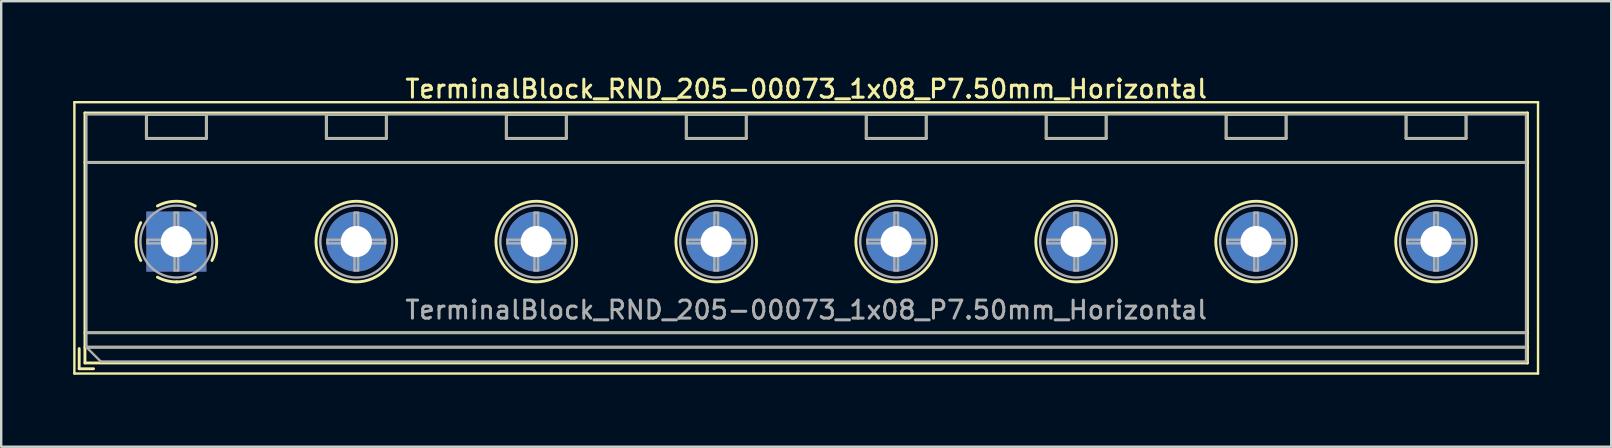
<source format=kicad_pcb>
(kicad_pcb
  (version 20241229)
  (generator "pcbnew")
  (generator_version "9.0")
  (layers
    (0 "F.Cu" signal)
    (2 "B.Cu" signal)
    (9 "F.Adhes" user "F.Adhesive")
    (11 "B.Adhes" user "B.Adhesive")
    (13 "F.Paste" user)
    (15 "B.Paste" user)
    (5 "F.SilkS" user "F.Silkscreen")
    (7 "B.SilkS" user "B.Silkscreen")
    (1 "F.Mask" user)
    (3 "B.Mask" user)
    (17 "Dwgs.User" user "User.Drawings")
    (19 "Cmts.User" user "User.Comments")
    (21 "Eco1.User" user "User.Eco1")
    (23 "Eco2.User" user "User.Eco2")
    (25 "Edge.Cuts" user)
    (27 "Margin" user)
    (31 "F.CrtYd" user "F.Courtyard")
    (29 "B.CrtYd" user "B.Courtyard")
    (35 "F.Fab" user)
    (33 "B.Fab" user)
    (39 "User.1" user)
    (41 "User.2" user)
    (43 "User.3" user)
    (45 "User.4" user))
  (footprint "TerminalBlock_RND_205-00073_1x08_P7.50mm_Horizontal"
    (layer "F.Cu")
    (at 4.3 7.018)
    (property "Reference" "TerminalBlock_RND_205-00073_1x08_P7.50mm_Horizontal" (at 26.25 -6.36 0) (layer "F.SilkS") (effects (font (size 0.75 0.75) (thickness 0.125))))
    (attr through_hole)
    (fp_line (start -4.25 -5.81) (end -4.25 5.5) (stroke (width 0.1) (type solid)) (layer "F.SilkS"))
    (fp_line (start -4.25 5.5) (end 56.75 5.5) (stroke (width 0.1) (type solid)) (layer "F.SilkS"))
    (fp_line (start -4.05 4.46) (end -4.05 5.3) (stroke (width 0.12) (type solid)) (layer "F.SilkS"))
    (fp_line (start -4.05 5.3) (end -3.45 5.3) (stroke (width 0.12) (type solid)) (layer "F.SilkS"))
    (fp_line (start -3.81 -5.36) (end -3.81 5.06) (stroke (width 0.12) (type solid)) (layer "F.SilkS"))
    (fp_line (start -3.81 -5.36) (end 56.31 -5.36) (stroke (width 0.12) (type solid)) (layer "F.SilkS"))
    (fp_line (start -3.81 -3.301) (end 56.31 -3.301) (stroke (width 0.12) (type solid)) (layer "F.SilkS"))
    (fp_line (start -3.81 3.8) (end 56.31 3.8) (stroke (width 0.12) (type solid)) (layer "F.SilkS"))
    (fp_line (start -3.81 4.4) (end 56.31 4.4) (stroke (width 0.12) (type solid)) (layer "F.SilkS"))
    (fp_line (start -3.81 5.06) (end 56.31 5.06) (stroke (width 0.12) (type solid)) (layer "F.SilkS"))
    (fp_line (start -1.25 -5.301) (end -1.25 -4.301) (stroke (width 0.12) (type solid)) (layer "F.SilkS"))
    (fp_line (start -1.25 -5.301) (end 1.25 -5.301) (stroke (width 0.12) (type solid)) (layer "F.SilkS"))
    (fp_line (start -1.25 -4.301) (end 1.25 -4.301) (stroke (width 0.12) (type solid)) (layer "F.SilkS"))
    (fp_line (start 1.25 -5.301) (end 1.25 -4.301) (stroke (width 0.12) (type solid)) (layer "F.SilkS"))
    (fp_line (start 6.25 -5.301) (end 6.25 -4.301) (stroke (width 0.12) (type solid)) (layer "F.SilkS"))
    (fp_line (start 6.25 -5.301) (end 8.75 -5.301) (stroke (width 0.12) (type solid)) (layer "F.SilkS"))
    (fp_line (start 6.25 -4.301) (end 8.75 -4.301) (stroke (width 0.12) (type solid)) (layer "F.SilkS"))
    (fp_line (start 8.75 -5.301) (end 8.75 -4.301) (stroke (width 0.12) (type solid)) (layer "F.SilkS"))
    (fp_line (start 13.75 -5.301) (end 13.75 -4.301) (stroke (width 0.12) (type solid)) (layer "F.SilkS"))
    (fp_line (start 13.75 -5.301) (end 16.25 -5.301) (stroke (width 0.12) (type solid)) (layer "F.SilkS"))
    (fp_line (start 13.75 -4.301) (end 16.25 -4.301) (stroke (width 0.12) (type solid)) (layer "F.SilkS"))
    (fp_line (start 16.25 -5.301) (end 16.25 -4.301) (stroke (width 0.12) (type solid)) (layer "F.SilkS"))
    (fp_line (start 21.25 -5.301) (end 21.25 -4.301) (stroke (width 0.12) (type solid)) (layer "F.SilkS"))
    (fp_line (start 21.25 -5.301) (end 23.75 -5.301) (stroke (width 0.12) (type solid)) (layer "F.SilkS"))
    (fp_line (start 21.25 -4.301) (end 23.75 -4.301) (stroke (width 0.12) (type solid)) (layer "F.SilkS"))
    (fp_line (start 23.75 -5.301) (end 23.75 -4.301) (stroke (width 0.12) (type solid)) (layer "F.SilkS"))
    (fp_line (start 28.75 -5.301) (end 28.75 -4.301) (stroke (width 0.12) (type solid)) (layer "F.SilkS"))
    (fp_line (start 28.75 -5.301) (end 31.25 -5.301) (stroke (width 0.12) (type solid)) (layer "F.SilkS"))
    (fp_line (start 28.75 -4.301) (end 31.25 -4.301) (stroke (width 0.12) (type solid)) (layer "F.SilkS"))
    (fp_line (start 31.25 -5.301) (end 31.25 -4.301) (stroke (width 0.12) (type solid)) (layer "F.SilkS"))
    (fp_line (start 36.25 -5.301) (end 36.25 -4.301) (stroke (width 0.12) (type solid)) (layer "F.SilkS"))
    (fp_line (start 36.25 -5.301) (end 38.75 -5.301) (stroke (width 0.12) (type solid)) (layer "F.SilkS"))
    (fp_line (start 36.25 -4.301) (end 38.75 -4.301) (stroke (width 0.12) (type solid)) (layer "F.SilkS"))
    (fp_line (start 38.75 -5.301) (end 38.75 -4.301) (stroke (width 0.12) (type solid)) (layer "F.SilkS"))
    (fp_line (start 43.75 -5.301) (end 43.75 -4.301) (stroke (width 0.12) (type solid)) (layer "F.SilkS"))
    (fp_line (start 43.75 -5.301) (end 46.25 -5.301) (stroke (width 0.12) (type solid)) (layer "F.SilkS"))
    (fp_line (start 43.75 -4.301) (end 46.25 -4.301) (stroke (width 0.12) (type solid)) (layer "F.SilkS"))
    (fp_line (start 46.25 -5.301) (end 46.25 -4.301) (stroke (width 0.12) (type solid)) (layer "F.SilkS"))
    (fp_line (start 51.25 -5.301) (end 51.25 -4.301) (stroke (width 0.12) (type solid)) (layer "F.SilkS"))
    (fp_line (start 51.25 -5.301) (end 53.75 -5.301) (stroke (width 0.12) (type solid)) (layer "F.SilkS"))
    (fp_line (start 51.25 -4.301) (end 53.75 -4.301) (stroke (width 0.12) (type solid)) (layer "F.SilkS"))
    (fp_line (start 53.75 -5.301) (end 53.75 -4.301) (stroke (width 0.12) (type solid)) (layer "F.SilkS"))
    (fp_line (start 56.31 -5.36) (end 56.31 5.06) (stroke (width 0.12) (type solid)) (layer "F.SilkS"))
    (fp_line (start 56.75 -5.81) (end -4.25 -5.81) (stroke (width 0.1) (type solid)) (layer "F.SilkS"))
    (fp_line (start 56.75 5.5) (end 56.75 -5.81) (stroke (width 0.1) (type solid)) (layer "F.SilkS"))
    (fp_arc (start -1.483953 0.789089) (mid -1.680708 0.00005) (end -1.484 -0.789) (stroke (width 0.12) (type solid)) (layer "F.SilkS"))
    (fp_arc (start -0.789089 -1.483953) (mid -0.00005 -1.680708) (end 0.789 -1.484) (stroke (width 0.12) (type solid)) (layer "F.SilkS"))
    (fp_arc (start 0.029383 1.68045) (mid -0.392304 1.634281) (end -0.789 1.484) (stroke (width 0.12) (type solid)) (layer "F.SilkS"))
    (fp_arc (start 0.788712 1.483352) (mid 0.406429 1.630097) (end 0 1.68) (stroke (width 0.12) (type solid)) (layer "F.SilkS"))
    (fp_arc (start 1.483953 -0.789089) (mid 1.680708 -0.00005) (end 1.484 0.789) (stroke (width 0.12) (type solid)) (layer "F.SilkS"))
    (fp_circle (center 7.5 0) (end 9.18 0) (stroke (width 0.12) (type solid)) (fill no) (layer "F.SilkS"))
    (fp_circle (center 15 0) (end 16.68 0) (stroke (width 0.12) (type solid)) (fill no) (layer "F.SilkS"))
    (fp_circle (center 22.5 0) (end 24.18 0) (stroke (width 0.12) (type solid)) (fill no) (layer "F.SilkS"))
    (fp_circle (center 30 0) (end 31.68 0) (stroke (width 0.12) (type solid)) (fill no) (layer "F.SilkS"))
    (fp_circle (center 37.5 0) (end 39.18 0) (stroke (width 0.12) (type solid)) (fill no) (layer "F.SilkS"))
    (fp_circle (center 45 0) (end 46.68 0) (stroke (width 0.12) (type solid)) (fill no) (layer "F.SilkS"))
    (fp_circle (center 52.5 0) (end 54.18 0) (stroke (width 0.12) (type solid)) (fill no) (layer "F.SilkS"))
    (fp_line (start -3.75 -5.3) (end 56.25 -5.3) (stroke (width 0.1) (type solid)) (layer "F.Fab"))
    (fp_line (start -3.75 -3.3) (end 56.25 -3.3) (stroke (width 0.1) (type solid)) (layer "F.Fab"))
    (fp_line (start -3.75 3.8) (end 56.25 3.8) (stroke (width 0.1) (type solid)) (layer "F.Fab"))
    (fp_line (start -3.75 4.4) (end -3.75 -5.3) (stroke (width 0.1) (type solid)) (layer "F.Fab"))
    (fp_line (start -3.75 4.4) (end 56.25 4.4) (stroke (width 0.1) (type solid)) (layer "F.Fab"))
    (fp_line (start -3.15 5) (end -3.75 4.4) (stroke (width 0.1) (type solid)) (layer "F.Fab"))
    (fp_line (start -1.25 -5.3) (end -1.25 -4.3) (stroke (width 0.1) (type solid)) (layer "F.Fab"))
    (fp_line (start -1.25 -4.3) (end 1.25 -4.3) (stroke (width 0.1) (type solid)) (layer "F.Fab"))
    (fp_line (start -1.201 -0.076) (end -0.076 -0.076) (stroke (width 0.1) (type solid)) (layer "F.Fab"))
    (fp_line (start -1.201 0.076) (end -1.201 -0.076) (stroke (width 0.1) (type solid)) (layer "F.Fab"))
    (fp_line (start -0.076 -1.201) (end 0.076 -1.201) (stroke (width 0.1) (type solid)) (layer "F.Fab"))
    (fp_line (start -0.076 -0.076) (end -0.076 -1.201) (stroke (width 0.1) (type solid)) (layer "F.Fab"))
    (fp_line (start -0.076 0.076) (end -1.201 0.076) (stroke (width 0.1) (type solid)) (layer "F.Fab"))
    (fp_line (start -0.076 1.201) (end -0.076 0.076) (stroke (width 0.1) (type solid)) (layer "F.Fab"))
    (fp_line (start 0.076 -1.201) (end 0.076 -0.076) (stroke (width 0.1) (type solid)) (layer "F.Fab"))
    (fp_line (start 0.076 -0.076) (end 1.201 -0.076) (stroke (width 0.1) (type solid)) (layer "F.Fab"))
    (fp_line (start 0.076 0.076) (end 0.076 1.201) (stroke (width 0.1) (type solid)) (layer "F.Fab"))
    (fp_line (start 0.076 1.201) (end -0.076 1.201) (stroke (width 0.1) (type solid)) (layer "F.Fab"))
    (fp_line (start 1.201 -0.076) (end 1.201 0.076) (stroke (width 0.1) (type solid)) (layer "F.Fab"))
    (fp_line (start 1.201 0.076) (end 0.076 0.076) (stroke (width 0.1) (type solid)) (layer "F.Fab"))
    (fp_line (start 1.25 -5.3) (end -1.25 -5.3) (stroke (width 0.1) (type solid)) (layer "F.Fab"))
    (fp_line (start 1.25 -4.3) (end 1.25 -5.3) (stroke (width 0.1) (type solid)) (layer "F.Fab"))
    (fp_line (start 6.25 -5.3) (end 6.25 -4.3) (stroke (width 0.1) (type solid)) (layer "F.Fab"))
    (fp_line (start 6.25 -4.3) (end 8.75 -4.3) (stroke (width 0.1) (type solid)) (layer "F.Fab"))
    (fp_line (start 6.299 -0.076) (end 7.424 -0.076) (stroke (width 0.1) (type solid)) (layer "F.Fab"))
    (fp_line (start 6.299 0.076) (end 6.299 -0.076) (stroke (width 0.1) (type solid)) (layer "F.Fab"))
    (fp_line (start 7.424 -1.201) (end 7.576 -1.201) (stroke (width 0.1) (type solid)) (layer "F.Fab"))
    (fp_line (start 7.424 -0.076) (end 7.424 -1.201) (stroke (width 0.1) (type solid)) (layer "F.Fab"))
    (fp_line (start 7.424 0.076) (end 6.299 0.076) (stroke (width 0.1) (type solid)) (layer "F.Fab"))
    (fp_line (start 7.424 1.201) (end 7.424 0.076) (stroke (width 0.1) (type solid)) (layer "F.Fab"))
    (fp_line (start 7.576 -1.201) (end 7.576 -0.076) (stroke (width 0.1) (type solid)) (layer "F.Fab"))
    (fp_line (start 7.576 -0.076) (end 8.701 -0.076) (stroke (width 0.1) (type solid)) (layer "F.Fab"))
    (fp_line (start 7.576 0.076) (end 7.576 1.201) (stroke (width 0.1) (type solid)) (layer "F.Fab"))
    (fp_line (start 7.576 1.201) (end 7.424 1.201) (stroke (width 0.1) (type solid)) (layer "F.Fab"))
    (fp_line (start 8.701 -0.076) (end 8.701 0.076) (stroke (width 0.1) (type solid)) (layer "F.Fab"))
    (fp_line (start 8.701 0.076) (end 7.576 0.076) (stroke (width 0.1) (type solid)) (layer "F.Fab"))
    (fp_line (start 8.75 -5.3) (end 6.25 -5.3) (stroke (width 0.1) (type solid)) (layer "F.Fab"))
    (fp_line (start 8.75 -4.3) (end 8.75 -5.3) (stroke (width 0.1) (type solid)) (layer "F.Fab"))
    (fp_line (start 13.75 -5.3) (end 13.75 -4.3) (stroke (width 0.1) (type solid)) (layer "F.Fab"))
    (fp_line (start 13.75 -4.3) (end 16.25 -4.3) (stroke (width 0.1) (type solid)) (layer "F.Fab"))
    (fp_line (start 13.799 -0.076) (end 14.924 -0.076) (stroke (width 0.1) (type solid)) (layer "F.Fab"))
    (fp_line (start 13.799 0.076) (end 13.799 -0.076) (stroke (width 0.1) (type solid)) (layer "F.Fab"))
    (fp_line (start 14.924 -1.201) (end 15.076 -1.201) (stroke (width 0.1) (type solid)) (layer "F.Fab"))
    (fp_line (start 14.924 -0.076) (end 14.924 -1.201) (stroke (width 0.1) (type solid)) (layer "F.Fab"))
    (fp_line (start 14.924 0.076) (end 13.799 0.076) (stroke (width 0.1) (type solid)) (layer "F.Fab"))
    (fp_line (start 14.924 1.201) (end 14.924 0.076) (stroke (width 0.1) (type solid)) (layer "F.Fab"))
    (fp_line (start 15.076 -1.201) (end 15.076 -0.076) (stroke (width 0.1) (type solid)) (layer "F.Fab"))
    (fp_line (start 15.076 -0.076) (end 16.201 -0.076) (stroke (width 0.1) (type solid)) (layer "F.Fab"))
    (fp_line (start 15.076 0.076) (end 15.076 1.201) (stroke (width 0.1) (type solid)) (layer "F.Fab"))
    (fp_line (start 15.076 1.201) (end 14.924 1.201) (stroke (width 0.1) (type solid)) (layer "F.Fab"))
    (fp_line (start 16.201 -0.076) (end 16.201 0.076) (stroke (width 0.1) (type solid)) (layer "F.Fab"))
    (fp_line (start 16.201 0.076) (end 15.076 0.076) (stroke (width 0.1) (type solid)) (layer "F.Fab"))
    (fp_line (start 16.25 -5.3) (end 13.75 -5.3) (stroke (width 0.1) (type solid)) (layer "F.Fab"))
    (fp_line (start 16.25 -4.3) (end 16.25 -5.3) (stroke (width 0.1) (type solid)) (layer "F.Fab"))
    (fp_line (start 21.25 -5.3) (end 21.25 -4.3) (stroke (width 0.1) (type solid)) (layer "F.Fab"))
    (fp_line (start 21.25 -4.3) (end 23.75 -4.3) (stroke (width 0.1) (type solid)) (layer "F.Fab"))
    (fp_line (start 21.299 -0.076) (end 22.424 -0.076) (stroke (width 0.1) (type solid)) (layer "F.Fab"))
    (fp_line (start 21.299 0.076) (end 21.299 -0.076) (stroke (width 0.1) (type solid)) (layer "F.Fab"))
    (fp_line (start 22.424 -1.201) (end 22.576 -1.201) (stroke (width 0.1) (type solid)) (layer "F.Fab"))
    (fp_line (start 22.424 -0.076) (end 22.424 -1.201) (stroke (width 0.1) (type solid)) (layer "F.Fab"))
    (fp_line (start 22.424 0.076) (end 21.299 0.076) (stroke (width 0.1) (type solid)) (layer "F.Fab"))
    (fp_line (start 22.424 1.201) (end 22.424 0.076) (stroke (width 0.1) (type solid)) (layer "F.Fab"))
    (fp_line (start 22.576 -1.201) (end 22.576 -0.076) (stroke (width 0.1) (type solid)) (layer "F.Fab"))
    (fp_line (start 22.576 -0.076) (end 23.701 -0.076) (stroke (width 0.1) (type solid)) (layer "F.Fab"))
    (fp_line (start 22.576 0.076) (end 22.576 1.201) (stroke (width 0.1) (type solid)) (layer "F.Fab"))
    (fp_line (start 22.576 1.201) (end 22.424 1.201) (stroke (width 0.1) (type solid)) (layer "F.Fab"))
    (fp_line (start 23.701 -0.076) (end 23.701 0.076) (stroke (width 0.1) (type solid)) (layer "F.Fab"))
    (fp_line (start 23.701 0.076) (end 22.576 0.076) (stroke (width 0.1) (type solid)) (layer "F.Fab"))
    (fp_line (start 23.75 -5.3) (end 21.25 -5.3) (stroke (width 0.1) (type solid)) (layer "F.Fab"))
    (fp_line (start 23.75 -4.3) (end 23.75 -5.3) (stroke (width 0.1) (type solid)) (layer "F.Fab"))
    (fp_line (start 28.75 -5.3) (end 28.75 -4.3) (stroke (width 0.1) (type solid)) (layer "F.Fab"))
    (fp_line (start 28.75 -4.3) (end 31.25 -4.3) (stroke (width 0.1) (type solid)) (layer "F.Fab"))
    (fp_line (start 28.799 -0.076) (end 29.924 -0.076) (stroke (width 0.1) (type solid)) (layer "F.Fab"))
    (fp_line (start 28.799 0.076) (end 28.799 -0.076) (stroke (width 0.1) (type solid)) (layer "F.Fab"))
    (fp_line (start 29.924 -1.201) (end 30.076 -1.201) (stroke (width 0.1) (type solid)) (layer "F.Fab"))
    (fp_line (start 29.924 -0.076) (end 29.924 -1.201) (stroke (width 0.1) (type solid)) (layer "F.Fab"))
    (fp_line (start 29.924 0.076) (end 28.799 0.076) (stroke (width 0.1) (type solid)) (layer "F.Fab"))
    (fp_line (start 29.924 1.201) (end 29.924 0.076) (stroke (width 0.1) (type solid)) (layer "F.Fab"))
    (fp_line (start 30.076 -1.201) (end 30.076 -0.076) (stroke (width 0.1) (type solid)) (layer "F.Fab"))
    (fp_line (start 30.076 -0.076) (end 31.201 -0.076) (stroke (width 0.1) (type solid)) (layer "F.Fab"))
    (fp_line (start 30.076 0.076) (end 30.076 1.201) (stroke (width 0.1) (type solid)) (layer "F.Fab"))
    (fp_line (start 30.076 1.201) (end 29.924 1.201) (stroke (width 0.1) (type solid)) (layer "F.Fab"))
    (fp_line (start 31.201 -0.076) (end 31.201 0.076) (stroke (width 0.1) (type solid)) (layer "F.Fab"))
    (fp_line (start 31.201 0.076) (end 30.076 0.076) (stroke (width 0.1) (type solid)) (layer "F.Fab"))
    (fp_line (start 31.25 -5.3) (end 28.75 -5.3) (stroke (width 0.1) (type solid)) (layer "F.Fab"))
    (fp_line (start 31.25 -4.3) (end 31.25 -5.3) (stroke (width 0.1) (type solid)) (layer "F.Fab"))
    (fp_line (start 36.25 -5.3) (end 36.25 -4.3) (stroke (width 0.1) (type solid)) (layer "F.Fab"))
    (fp_line (start 36.25 -4.3) (end 38.75 -4.3) (stroke (width 0.1) (type solid)) (layer "F.Fab"))
    (fp_line (start 36.299 -0.076) (end 37.424 -0.076) (stroke (width 0.1) (type solid)) (layer "F.Fab"))
    (fp_line (start 36.299 0.076) (end 36.299 -0.076) (stroke (width 0.1) (type solid)) (layer "F.Fab"))
    (fp_line (start 37.424 -1.201) (end 37.576 -1.201) (stroke (width 0.1) (type solid)) (layer "F.Fab"))
    (fp_line (start 37.424 -0.076) (end 37.424 -1.201) (stroke (width 0.1) (type solid)) (layer "F.Fab"))
    (fp_line (start 37.424 0.076) (end 36.299 0.076) (stroke (width 0.1) (type solid)) (layer "F.Fab"))
    (fp_line (start 37.424 1.201) (end 37.424 0.076) (stroke (width 0.1) (type solid)) (layer "F.Fab"))
    (fp_line (start 37.576 -1.201) (end 37.576 -0.076) (stroke (width 0.1) (type solid)) (layer "F.Fab"))
    (fp_line (start 37.576 -0.076) (end 38.701 -0.076) (stroke (width 0.1) (type solid)) (layer "F.Fab"))
    (fp_line (start 37.576 0.076) (end 37.576 1.201) (stroke (width 0.1) (type solid)) (layer "F.Fab"))
    (fp_line (start 37.576 1.201) (end 37.424 1.201) (stroke (width 0.1) (type solid)) (layer "F.Fab"))
    (fp_line (start 38.701 -0.076) (end 38.701 0.076) (stroke (width 0.1) (type solid)) (layer "F.Fab"))
    (fp_line (start 38.701 0.076) (end 37.576 0.076) (stroke (width 0.1) (type solid)) (layer "F.Fab"))
    (fp_line (start 38.75 -5.3) (end 36.25 -5.3) (stroke (width 0.1) (type solid)) (layer "F.Fab"))
    (fp_line (start 38.75 -4.3) (end 38.75 -5.3) (stroke (width 0.1) (type solid)) (layer "F.Fab"))
    (fp_line (start 43.75 -5.3) (end 43.75 -4.3) (stroke (width 0.1) (type solid)) (layer "F.Fab"))
    (fp_line (start 43.75 -4.3) (end 46.25 -4.3) (stroke (width 0.1) (type solid)) (layer "F.Fab"))
    (fp_line (start 43.799 -0.076) (end 44.924 -0.076) (stroke (width 0.1) (type solid)) (layer "F.Fab"))
    (fp_line (start 43.799 0.076) (end 43.799 -0.076) (stroke (width 0.1) (type solid)) (layer "F.Fab"))
    (fp_line (start 44.924 -1.201) (end 45.076 -1.201) (stroke (width 0.1) (type solid)) (layer "F.Fab"))
    (fp_line (start 44.924 -0.076) (end 44.924 -1.201) (stroke (width 0.1) (type solid)) (layer "F.Fab"))
    (fp_line (start 44.924 0.076) (end 43.799 0.076) (stroke (width 0.1) (type solid)) (layer "F.Fab"))
    (fp_line (start 44.924 1.201) (end 44.924 0.076) (stroke (width 0.1) (type solid)) (layer "F.Fab"))
    (fp_line (start 45.076 -1.201) (end 45.076 -0.076) (stroke (width 0.1) (type solid)) (layer "F.Fab"))
    (fp_line (start 45.076 -0.076) (end 46.201 -0.076) (stroke (width 0.1) (type solid)) (layer "F.Fab"))
    (fp_line (start 45.076 0.076) (end 45.076 1.201) (stroke (width 0.1) (type solid)) (layer "F.Fab"))
    (fp_line (start 45.076 1.201) (end 44.924 1.201) (stroke (width 0.1) (type solid)) (layer "F.Fab"))
    (fp_line (start 46.201 -0.076) (end 46.201 0.076) (stroke (width 0.1) (type solid)) (layer "F.Fab"))
    (fp_line (start 46.201 0.076) (end 45.076 0.076) (stroke (width 0.1) (type solid)) (layer "F.Fab"))
    (fp_line (start 46.25 -5.3) (end 43.75 -5.3) (stroke (width 0.1) (type solid)) (layer "F.Fab"))
    (fp_line (start 46.25 -4.3) (end 46.25 -5.3) (stroke (width 0.1) (type solid)) (layer "F.Fab"))
    (fp_line (start 51.25 -5.3) (end 51.25 -4.3) (stroke (width 0.1) (type solid)) (layer "F.Fab"))
    (fp_line (start 51.25 -4.3) (end 53.75 -4.3) (stroke (width 0.1) (type solid)) (layer "F.Fab"))
    (fp_line (start 51.299 -0.076) (end 52.424 -0.076) (stroke (width 0.1) (type solid)) (layer "F.Fab"))
    (fp_line (start 51.299 0.076) (end 51.299 -0.076) (stroke (width 0.1) (type solid)) (layer "F.Fab"))
    (fp_line (start 52.424 -1.201) (end 52.576 -1.201) (stroke (width 0.1) (type solid)) (layer "F.Fab"))
    (fp_line (start 52.424 -0.076) (end 52.424 -1.201) (stroke (width 0.1) (type solid)) (layer "F.Fab"))
    (fp_line (start 52.424 0.076) (end 51.299 0.076) (stroke (width 0.1) (type solid)) (layer "F.Fab"))
    (fp_line (start 52.424 1.201) (end 52.424 0.076) (stroke (width 0.1) (type solid)) (layer "F.Fab"))
    (fp_line (start 52.576 -1.201) (end 52.576 -0.076) (stroke (width 0.1) (type solid)) (layer "F.Fab"))
    (fp_line (start 52.576 -0.076) (end 53.701 -0.076) (stroke (width 0.1) (type solid)) (layer "F.Fab"))
    (fp_line (start 52.576 0.076) (end 52.576 1.201) (stroke (width 0.1) (type solid)) (layer "F.Fab"))
    (fp_line (start 52.576 1.201) (end 52.424 1.201) (stroke (width 0.1) (type solid)) (layer "F.Fab"))
    (fp_line (start 53.701 -0.076) (end 53.701 0.076) (stroke (width 0.1) (type solid)) (layer "F.Fab"))
    (fp_line (start 53.701 0.076) (end 52.576 0.076) (stroke (width 0.1) (type solid)) (layer "F.Fab"))
    (fp_line (start 53.75 -5.3) (end 51.25 -5.3) (stroke (width 0.1) (type solid)) (layer "F.Fab"))
    (fp_line (start 53.75 -4.3) (end 53.75 -5.3) (stroke (width 0.1) (type solid)) (layer "F.Fab"))
    (fp_line (start 56.25 -5.3) (end 56.25 5) (stroke (width 0.1) (type solid)) (layer "F.Fab"))
    (fp_line (start 56.25 5) (end -3.15 5) (stroke (width 0.1) (type solid)) (layer "F.Fab"))
    (fp_circle (center 0 0) (end 1.5 0) (stroke (width 0.1) (type solid)) (fill no) (layer "F.Fab"))
    (fp_circle (center 7.5 0) (end 9 0) (stroke (width 0.1) (type solid)) (fill no) (layer "F.Fab"))
    (fp_circle (center 15 0) (end 16.5 0) (stroke (width 0.1) (type solid)) (fill no) (layer "F.Fab"))
    (fp_circle (center 22.5 0) (end 24 0) (stroke (width 0.1) (type solid)) (fill no) (layer "F.Fab"))
    (fp_circle (center 30 0) (end 31.5 0) (stroke (width 0.1) (type solid)) (fill no) (layer "F.Fab"))
    (fp_circle (center 37.5 0) (end 39 0) (stroke (width 0.1) (type solid)) (fill no) (layer "F.Fab"))
    (fp_circle (center 45 0) (end 46.5 0) (stroke (width 0.1) (type solid)) (fill no) (layer "F.Fab"))
    (fp_circle (center 52.5 0) (end 54 0) (stroke (width 0.1) (type solid)) (fill no) (layer "F.Fab"))
    (fp_text user "${REFERENCE}" (at 26.25 2.85 0) (layer "F.Fab") (effects (font (size 0.75 0.75) (thickness 0.125))))
    (pad "1" thru_hole rect (at 0 0) (size 2.5 2.5) (drill 1.3) (layers "*.Cu" "*.Mask"))
    (pad "2" thru_hole circle (at 7.5 0) (size 2.5 2.5) (drill 1.3) (layers "*.Cu" "*.Mask"))
    (pad "3" thru_hole circle (at 15 0) (size 2.5 2.5) (drill 1.3) (layers "*.Cu" "*.Mask"))
    (pad "4" thru_hole circle (at 22.5 0) (size 2.5 2.5) (drill 1.3) (layers "*.Cu" "*.Mask"))
    (pad "5" thru_hole circle (at 30 0) (size 2.5 2.5) (drill 1.3) (layers "*.Cu" "*.Mask"))
    (pad "6" thru_hole circle (at 37.5 0) (size 2.5 2.5) (drill 1.3) (layers "*.Cu" "*.Mask"))
    (pad "7" thru_hole circle (at 45 0) (size 2.5 2.5) (drill 1.3) (layers "*.Cu" "*.Mask"))
    (pad "8" thru_hole circle (at 52.5 0) (size 2.5 2.5) (drill 1.3) (layers "*.Cu" "*.Mask")))
  (gr_rect
    (start -3 -3)
    (end 64.1 15.568)
    (stroke (width 0.1) (type default))
    (fill no)
    (layer "Edge.Cuts")))
</source>
